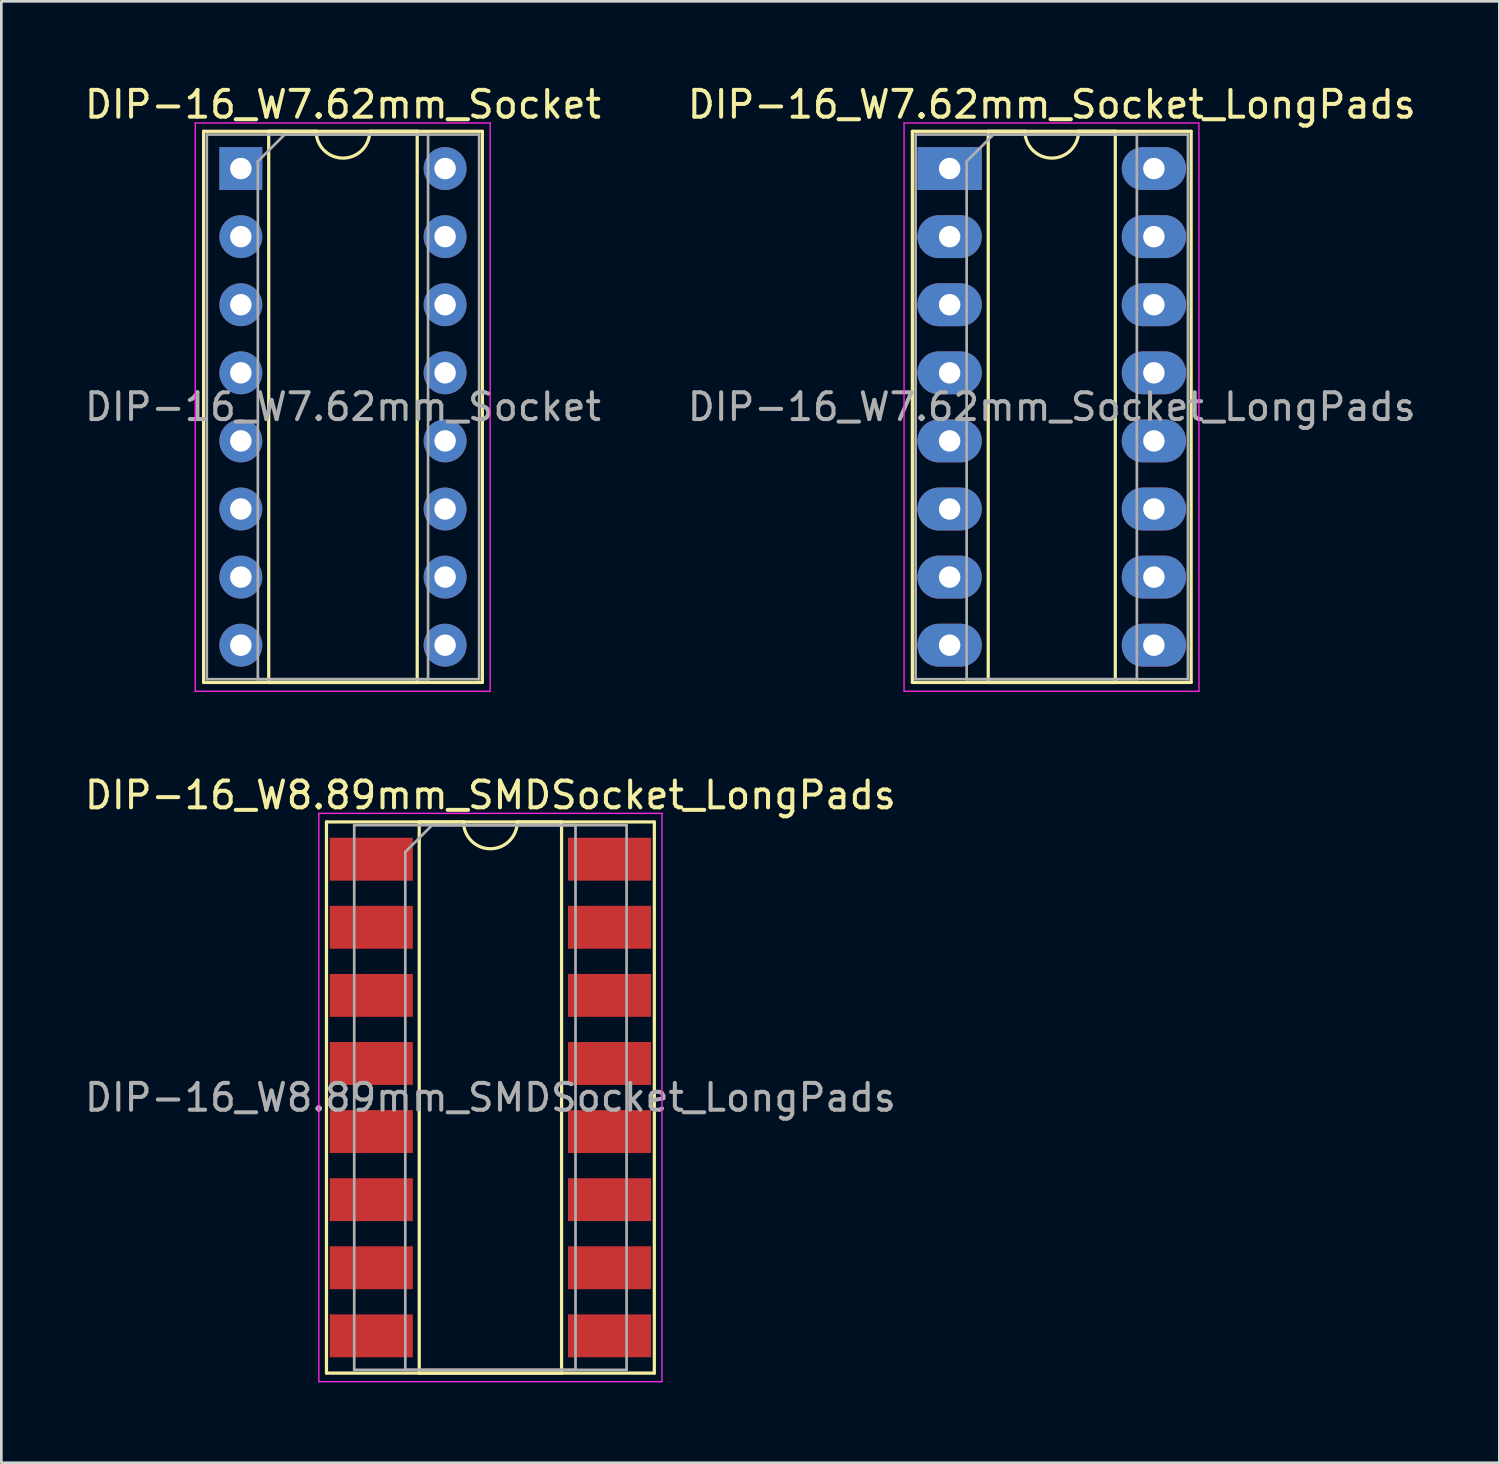
<source format=kicad_pcb>
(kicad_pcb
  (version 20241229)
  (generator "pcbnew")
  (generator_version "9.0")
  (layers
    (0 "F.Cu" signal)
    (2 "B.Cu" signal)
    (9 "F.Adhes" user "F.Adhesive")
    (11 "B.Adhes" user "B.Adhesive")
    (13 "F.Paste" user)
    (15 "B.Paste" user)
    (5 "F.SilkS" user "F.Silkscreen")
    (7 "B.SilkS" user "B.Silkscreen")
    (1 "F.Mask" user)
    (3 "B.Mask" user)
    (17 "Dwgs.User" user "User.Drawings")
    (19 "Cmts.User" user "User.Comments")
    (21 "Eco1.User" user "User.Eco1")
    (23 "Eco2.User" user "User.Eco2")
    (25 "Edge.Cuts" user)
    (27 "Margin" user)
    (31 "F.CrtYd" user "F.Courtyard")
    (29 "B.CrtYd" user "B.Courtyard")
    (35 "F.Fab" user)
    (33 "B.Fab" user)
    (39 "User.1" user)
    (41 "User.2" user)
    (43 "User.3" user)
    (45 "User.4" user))
  (footprint "DIP-16_W8.89mm_SMDSocket_LongPads"
    (layer "F.Cu")
    (at 15.244 37.892)
    (property "Reference" "DIP-16_W8.89mm_SMDSocket_LongPads" (at 0 -11.28 0) (layer "F.SilkS") (effects (font (size 1 1) (thickness 0.15))))
    (attr smd)
    (fp_line (start -6.115 -10.28) (end -6.115 10.28) (stroke (width 0.12) (type solid)) (layer "F.SilkS"))
    (fp_line (start -6.115 10.28) (end 6.115 10.28) (stroke (width 0.12) (type solid)) (layer "F.SilkS"))
    (fp_line (start -2.655 -10.28) (end -2.655 10.28) (stroke (width 0.12) (type solid)) (layer "F.SilkS"))
    (fp_line (start -2.655 10.28) (end 2.655 10.28) (stroke (width 0.12) (type solid)) (layer "F.SilkS"))
    (fp_line (start -1 -10.28) (end -2.655 -10.28) (stroke (width 0.12) (type solid)) (layer "F.SilkS"))
    (fp_line (start 2.655 -10.28) (end 1 -10.28) (stroke (width 0.12) (type solid)) (layer "F.SilkS"))
    (fp_line (start 2.655 10.28) (end 2.655 -10.28) (stroke (width 0.12) (type solid)) (layer "F.SilkS"))
    (fp_line (start 6.115 -10.28) (end -6.115 -10.28) (stroke (width 0.12) (type solid)) (layer "F.SilkS"))
    (fp_line (start 6.115 10.28) (end 6.115 -10.28) (stroke (width 0.12) (type solid)) (layer "F.SilkS"))
    (fp_arc (start 1 -10.28) (mid 0 -9.28) (end -1 -10.28) (stroke (width 0.12) (type solid)) (layer "F.SilkS"))
    (fp_line (start -6.4 -10.6) (end -6.4 10.6) (stroke (width 0.05) (type solid)) (layer "F.CrtYd"))
    (fp_line (start -6.4 10.6) (end 6.4 10.6) (stroke (width 0.05) (type solid)) (layer "F.CrtYd"))
    (fp_line (start 6.4 -10.6) (end -6.4 -10.6) (stroke (width 0.05) (type solid)) (layer "F.CrtYd"))
    (fp_line (start 6.4 10.6) (end 6.4 -10.6) (stroke (width 0.05) (type solid)) (layer "F.CrtYd"))
    (fp_line (start -5.08 -10.16) (end -5.08 10.16) (stroke (width 0.1) (type solid)) (layer "F.Fab"))
    (fp_line (start -5.08 10.16) (end 5.08 10.16) (stroke (width 0.1) (type solid)) (layer "F.Fab"))
    (fp_line (start -3.175 -9.16) (end -2.175 -10.16) (stroke (width 0.1) (type solid)) (layer "F.Fab"))
    (fp_line (start -3.175 10.16) (end -3.175 -9.16) (stroke (width 0.1) (type solid)) (layer "F.Fab"))
    (fp_line (start -2.175 -10.16) (end 3.175 -10.16) (stroke (width 0.1) (type solid)) (layer "F.Fab"))
    (fp_line (start 3.175 -10.16) (end 3.175 10.16) (stroke (width 0.1) (type solid)) (layer "F.Fab"))
    (fp_line (start 3.175 10.16) (end -3.175 10.16) (stroke (width 0.1) (type solid)) (layer "F.Fab"))
    (fp_line (start 5.08 -10.16) (end -5.08 -10.16) (stroke (width 0.1) (type solid)) (layer "F.Fab"))
    (fp_line (start 5.08 10.16) (end 5.08 -10.16) (stroke (width 0.1) (type solid)) (layer "F.Fab"))
    (fp_text user "${REFERENCE}" (at 0 0 0) (layer "F.Fab") (effects (font (size 1 1) (thickness 0.15))))
    (pad "1" smd rect (at -4.445 -8.89) (size 3.1 1.6) (layers "F.Cu" "F.Mask" "F.Paste"))
    (pad "2" smd rect (at -4.445 -6.35) (size 3.1 1.6) (layers "F.Cu" "F.Mask" "F.Paste"))
    (pad "3" smd rect (at -4.445 -3.81) (size 3.1 1.6) (layers "F.Cu" "F.Mask" "F.Paste"))
    (pad "4" smd rect (at -4.445 -1.27) (size 3.1 1.6) (layers "F.Cu" "F.Mask" "F.Paste"))
    (pad "5" smd rect (at -4.445 1.27) (size 3.1 1.6) (layers "F.Cu" "F.Mask" "F.Paste"))
    (pad "6" smd rect (at -4.445 3.81) (size 3.1 1.6) (layers "F.Cu" "F.Mask" "F.Paste"))
    (pad "7" smd rect (at -4.445 6.35) (size 3.1 1.6) (layers "F.Cu" "F.Mask" "F.Paste"))
    (pad "8" smd rect (at -4.445 8.89) (size 3.1 1.6) (layers "F.Cu" "F.Mask" "F.Paste"))
    (pad "9" smd rect (at 4.445 8.89) (size 3.1 1.6) (layers "F.Cu" "F.Mask" "F.Paste"))
    (pad "10" smd rect (at 4.445 6.35) (size 3.1 1.6) (layers "F.Cu" "F.Mask" "F.Paste"))
    (pad "11" smd rect (at 4.445 3.81) (size 3.1 1.6) (layers "F.Cu" "F.Mask" "F.Paste"))
    (pad "12" smd rect (at 4.445 1.27) (size 3.1 1.6) (layers "F.Cu" "F.Mask" "F.Paste"))
    (pad "13" smd rect (at 4.445 -1.27) (size 3.1 1.6) (layers "F.Cu" "F.Mask" "F.Paste"))
    (pad "14" smd rect (at 4.445 -3.81) (size 3.1 1.6) (layers "F.Cu" "F.Mask" "F.Paste"))
    (pad "15" smd rect (at 4.445 -6.35) (size 3.1 1.6) (layers "F.Cu" "F.Mask" "F.Paste"))
    (pad "16" smd rect (at 4.445 -8.89) (size 3.1 1.6) (layers "F.Cu" "F.Mask" "F.Paste")))
  (footprint "DIP-16_W7.62mm_Socket_LongPads"
    (layer "F.Cu")
    (at 32.375 3.238)
    (property "Reference" "DIP-16_W7.62mm_Socket_LongPads" (at 3.81 -2.39 0) (layer "F.SilkS") (effects (font (size 1 1) (thickness 0.15))))
    (attr through_hole)
    (fp_line (start -1.39 -1.39) (end -1.39 19.17) (stroke (width 0.12) (type solid)) (layer "F.SilkS"))
    (fp_line (start -1.39 19.17) (end 9.01 19.17) (stroke (width 0.12) (type solid)) (layer "F.SilkS"))
    (fp_line (start 1.44 -1.39) (end 1.44 19.17) (stroke (width 0.12) (type solid)) (layer "F.SilkS"))
    (fp_line (start 1.44 19.17) (end 6.18 19.17) (stroke (width 0.12) (type solid)) (layer "F.SilkS"))
    (fp_line (start 2.81 -1.39) (end 1.44 -1.39) (stroke (width 0.12) (type solid)) (layer "F.SilkS"))
    (fp_line (start 6.18 -1.39) (end 4.81 -1.39) (stroke (width 0.12) (type solid)) (layer "F.SilkS"))
    (fp_line (start 6.18 19.17) (end 6.18 -1.39) (stroke (width 0.12) (type solid)) (layer "F.SilkS"))
    (fp_line (start 9.01 -1.39) (end -1.39 -1.39) (stroke (width 0.12) (type solid)) (layer "F.SilkS"))
    (fp_line (start 9.01 19.17) (end 9.01 -1.39) (stroke (width 0.12) (type solid)) (layer "F.SilkS"))
    (fp_arc (start 4.81 -1.39) (mid 3.81 -0.39) (end 2.81 -1.39) (stroke (width 0.12) (type solid)) (layer "F.SilkS"))
    (fp_line (start -1.7 -1.7) (end -1.7 19.5) (stroke (width 0.05) (type solid)) (layer "F.CrtYd"))
    (fp_line (start -1.7 19.5) (end 9.3 19.5) (stroke (width 0.05) (type solid)) (layer "F.CrtYd"))
    (fp_line (start 9.3 -1.7) (end -1.7 -1.7) (stroke (width 0.05) (type solid)) (layer "F.CrtYd"))
    (fp_line (start 9.3 19.5) (end 9.3 -1.7) (stroke (width 0.05) (type solid)) (layer "F.CrtYd"))
    (fp_line (start -1.27 -1.27) (end -1.27 19.05) (stroke (width 0.1) (type solid)) (layer "F.Fab"))
    (fp_line (start -1.27 19.05) (end 8.89 19.05) (stroke (width 0.1) (type solid)) (layer "F.Fab"))
    (fp_line (start 0.635 -0.27) (end 1.635 -1.27) (stroke (width 0.1) (type solid)) (layer "F.Fab"))
    (fp_line (start 0.635 19.05) (end 0.635 -0.27) (stroke (width 0.1) (type solid)) (layer "F.Fab"))
    (fp_line (start 1.635 -1.27) (end 6.985 -1.27) (stroke (width 0.1) (type solid)) (layer "F.Fab"))
    (fp_line (start 6.985 -1.27) (end 6.985 19.05) (stroke (width 0.1) (type solid)) (layer "F.Fab"))
    (fp_line (start 6.985 19.05) (end 0.635 19.05) (stroke (width 0.1) (type solid)) (layer "F.Fab"))
    (fp_line (start 8.89 -1.27) (end -1.27 -1.27) (stroke (width 0.1) (type solid)) (layer "F.Fab"))
    (fp_line (start 8.89 19.05) (end 8.89 -1.27) (stroke (width 0.1) (type solid)) (layer "F.Fab"))
    (fp_text user "${REFERENCE}" (at 3.81 8.89 0) (layer "F.Fab") (effects (font (size 1 1) (thickness 0.15))))
    (pad "1" thru_hole rect (at 0 0) (size 2.4 1.6) (drill 0.8) (layers "*.Cu" "*.Mask"))
    (pad "2" thru_hole oval (at 0 2.54) (size 2.4 1.6) (drill 0.8) (layers "*.Cu" "*.Mask"))
    (pad "3" thru_hole oval (at 0 5.08) (size 2.4 1.6) (drill 0.8) (layers "*.Cu" "*.Mask"))
    (pad "4" thru_hole oval (at 0 7.62) (size 2.4 1.6) (drill 0.8) (layers "*.Cu" "*.Mask"))
    (pad "5" thru_hole oval (at 0 10.16) (size 2.4 1.6) (drill 0.8) (layers "*.Cu" "*.Mask"))
    (pad "6" thru_hole oval (at 0 12.7) (size 2.4 1.6) (drill 0.8) (layers "*.Cu" "*.Mask"))
    (pad "7" thru_hole oval (at 0 15.24) (size 2.4 1.6) (drill 0.8) (layers "*.Cu" "*.Mask"))
    (pad "8" thru_hole oval (at 0 17.78) (size 2.4 1.6) (drill 0.8) (layers "*.Cu" "*.Mask"))
    (pad "9" thru_hole oval (at 7.62 17.78) (size 2.4 1.6) (drill 0.8) (layers "*.Cu" "*.Mask"))
    (pad "10" thru_hole oval (at 7.62 15.24) (size 2.4 1.6) (drill 0.8) (layers "*.Cu" "*.Mask"))
    (pad "11" thru_hole oval (at 7.62 12.7) (size 2.4 1.6) (drill 0.8) (layers "*.Cu" "*.Mask"))
    (pad "12" thru_hole oval (at 7.62 10.16) (size 2.4 1.6) (drill 0.8) (layers "*.Cu" "*.Mask"))
    (pad "13" thru_hole oval (at 7.62 7.62) (size 2.4 1.6) (drill 0.8) (layers "*.Cu" "*.Mask"))
    (pad "14" thru_hole oval (at 7.62 5.08) (size 2.4 1.6) (drill 0.8) (layers "*.Cu" "*.Mask"))
    (pad "15" thru_hole oval (at 7.62 2.54) (size 2.4 1.6) (drill 0.8) (layers "*.Cu" "*.Mask"))
    (pad "16" thru_hole oval (at 7.62 0) (size 2.4 1.6) (drill 0.8) (layers "*.Cu" "*.Mask")))
  (footprint "DIP-16_W7.62mm_Socket"
    (layer "F.Cu")
    (at 5.934 3.238)
    (property "Reference" "DIP-16_W7.62mm_Socket" (at 3.81 -2.39 0) (layer "F.SilkS") (effects (font (size 1 1) (thickness 0.15))))
    (attr through_hole)
    (fp_line (start -1.39 -1.39) (end -1.39 19.17) (stroke (width 0.12) (type solid)) (layer "F.SilkS"))
    (fp_line (start -1.39 19.17) (end 9.01 19.17) (stroke (width 0.12) (type solid)) (layer "F.SilkS"))
    (fp_line (start 1.04 -1.39) (end 1.04 19.17) (stroke (width 0.12) (type solid)) (layer "F.SilkS"))
    (fp_line (start 1.04 19.17) (end 6.58 19.17) (stroke (width 0.12) (type solid)) (layer "F.SilkS"))
    (fp_line (start 2.81 -1.39) (end 1.04 -1.39) (stroke (width 0.12) (type solid)) (layer "F.SilkS"))
    (fp_line (start 6.58 -1.39) (end 4.81 -1.39) (stroke (width 0.12) (type solid)) (layer "F.SilkS"))
    (fp_line (start 6.58 19.17) (end 6.58 -1.39) (stroke (width 0.12) (type solid)) (layer "F.SilkS"))
    (fp_line (start 9.01 -1.39) (end -1.39 -1.39) (stroke (width 0.12) (type solid)) (layer "F.SilkS"))
    (fp_line (start 9.01 19.17) (end 9.01 -1.39) (stroke (width 0.12) (type solid)) (layer "F.SilkS"))
    (fp_arc (start 4.81 -1.39) (mid 3.81 -0.39) (end 2.81 -1.39) (stroke (width 0.12) (type solid)) (layer "F.SilkS"))
    (fp_line (start -1.7 -1.7) (end -1.7 19.5) (stroke (width 0.05) (type solid)) (layer "F.CrtYd"))
    (fp_line (start -1.7 19.5) (end 9.3 19.5) (stroke (width 0.05) (type solid)) (layer "F.CrtYd"))
    (fp_line (start 9.3 -1.7) (end -1.7 -1.7) (stroke (width 0.05) (type solid)) (layer "F.CrtYd"))
    (fp_line (start 9.3 19.5) (end 9.3 -1.7) (stroke (width 0.05) (type solid)) (layer "F.CrtYd"))
    (fp_line (start -1.27 -1.27) (end -1.27 19.05) (stroke (width 0.1) (type solid)) (layer "F.Fab"))
    (fp_line (start -1.27 19.05) (end 8.89 19.05) (stroke (width 0.1) (type solid)) (layer "F.Fab"))
    (fp_line (start 0.635 -0.27) (end 1.635 -1.27) (stroke (width 0.1) (type solid)) (layer "F.Fab"))
    (fp_line (start 0.635 19.05) (end 0.635 -0.27) (stroke (width 0.1) (type solid)) (layer "F.Fab"))
    (fp_line (start 1.635 -1.27) (end 6.985 -1.27) (stroke (width 0.1) (type solid)) (layer "F.Fab"))
    (fp_line (start 6.985 -1.27) (end 6.985 19.05) (stroke (width 0.1) (type solid)) (layer "F.Fab"))
    (fp_line (start 6.985 19.05) (end 0.635 19.05) (stroke (width 0.1) (type solid)) (layer "F.Fab"))
    (fp_line (start 8.89 -1.27) (end -1.27 -1.27) (stroke (width 0.1) (type solid)) (layer "F.Fab"))
    (fp_line (start 8.89 19.05) (end 8.89 -1.27) (stroke (width 0.1) (type solid)) (layer "F.Fab"))
    (fp_text user "${REFERENCE}" (at 3.81 8.89 0) (layer "F.Fab") (effects (font (size 1 1) (thickness 0.15))))
    (pad "1" thru_hole rect (at 0 0) (size 1.6 1.6) (drill 0.8) (layers "*.Cu" "*.Mask"))
    (pad "2" thru_hole oval (at 0 2.54) (size 1.6 1.6) (drill 0.8) (layers "*.Cu" "*.Mask"))
    (pad "3" thru_hole oval (at 0 5.08) (size 1.6 1.6) (drill 0.8) (layers "*.Cu" "*.Mask"))
    (pad "4" thru_hole oval (at 0 7.62) (size 1.6 1.6) (drill 0.8) (layers "*.Cu" "*.Mask"))
    (pad "5" thru_hole oval (at 0 10.16) (size 1.6 1.6) (drill 0.8) (layers "*.Cu" "*.Mask"))
    (pad "6" thru_hole oval (at 0 12.7) (size 1.6 1.6) (drill 0.8) (layers "*.Cu" "*.Mask"))
    (pad "7" thru_hole oval (at 0 15.24) (size 1.6 1.6) (drill 0.8) (layers "*.Cu" "*.Mask"))
    (pad "8" thru_hole oval (at 0 17.78) (size 1.6 1.6) (drill 0.8) (layers "*.Cu" "*.Mask"))
    (pad "9" thru_hole oval (at 7.62 17.78) (size 1.6 1.6) (drill 0.8) (layers "*.Cu" "*.Mask"))
    (pad "10" thru_hole oval (at 7.62 15.24) (size 1.6 1.6) (drill 0.8) (layers "*.Cu" "*.Mask"))
    (pad "11" thru_hole oval (at 7.62 12.7) (size 1.6 1.6) (drill 0.8) (layers "*.Cu" "*.Mask"))
    (pad "12" thru_hole oval (at 7.62 10.16) (size 1.6 1.6) (drill 0.8) (layers "*.Cu" "*.Mask"))
    (pad "13" thru_hole oval (at 7.62 7.62) (size 1.6 1.6) (drill 0.8) (layers "*.Cu" "*.Mask"))
    (pad "14" thru_hole oval (at 7.62 5.08) (size 1.6 1.6) (drill 0.8) (layers "*.Cu" "*.Mask"))
    (pad "15" thru_hole oval (at 7.62 2.54) (size 1.6 1.6) (drill 0.8) (layers "*.Cu" "*.Mask"))
    (pad "16" thru_hole oval (at 7.62 0) (size 1.6 1.6) (drill 0.8) (layers "*.Cu" "*.Mask")))
  (gr_rect
    (start -3 -3)
    (end 52.881 51.517)
    (stroke (width 0.1) (type default))
    (fill no)
    (layer "Edge.Cuts")))
</source>
